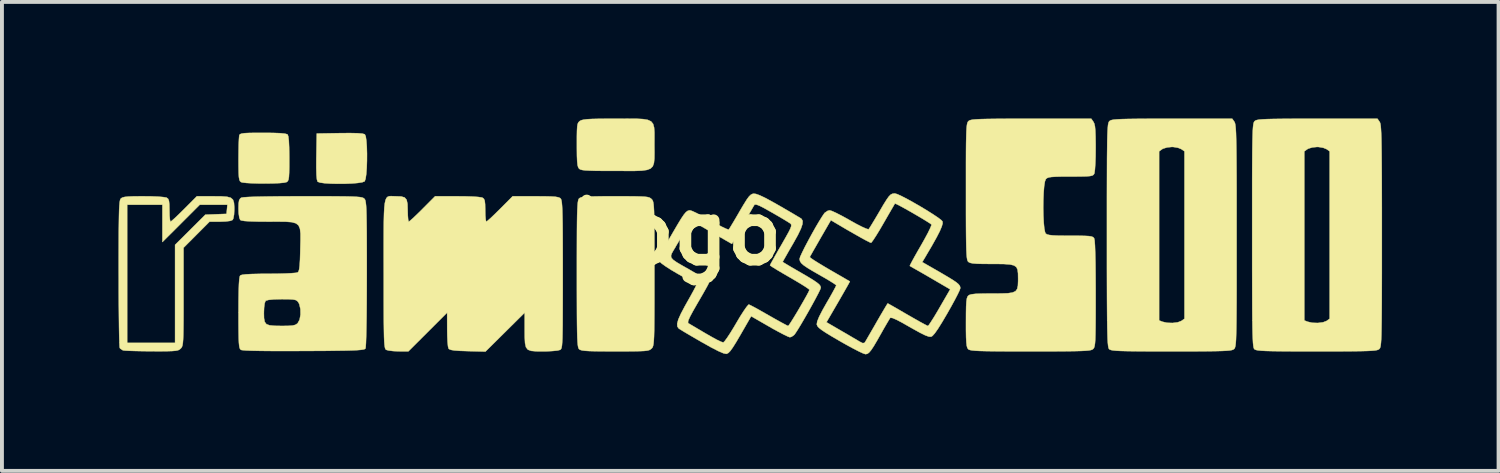
<source format=kicad_pcb>
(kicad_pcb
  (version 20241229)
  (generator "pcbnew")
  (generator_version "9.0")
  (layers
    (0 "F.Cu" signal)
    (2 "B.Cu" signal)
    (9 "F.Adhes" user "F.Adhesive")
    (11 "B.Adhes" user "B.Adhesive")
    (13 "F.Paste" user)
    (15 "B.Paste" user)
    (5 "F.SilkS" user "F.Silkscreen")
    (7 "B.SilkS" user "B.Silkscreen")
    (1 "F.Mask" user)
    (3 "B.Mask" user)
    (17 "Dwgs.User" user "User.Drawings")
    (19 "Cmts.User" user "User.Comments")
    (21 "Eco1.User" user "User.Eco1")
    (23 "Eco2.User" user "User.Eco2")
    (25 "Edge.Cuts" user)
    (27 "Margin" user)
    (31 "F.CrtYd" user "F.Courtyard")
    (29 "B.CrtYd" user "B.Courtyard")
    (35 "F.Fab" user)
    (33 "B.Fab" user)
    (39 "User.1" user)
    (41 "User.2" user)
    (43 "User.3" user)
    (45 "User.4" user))
  (footprint "Logo"
    (layer "F.Cu")
    (at 14.374 2.945)
    (property "Reference" "Logo" (at 0 0 0) (layer "F.SilkS") (effects (font (size 1.524 1.524) (thickness 0.3))))
    (attr through_hole)
    (fp_poly (pts (xy -8.225 -2.566) (xy -8.099 -2.556) (xy -8.036 -2.539) (xy -8.033 -2.536) (xy -8.01 -2.482) (xy -7.994 -2.37) (xy -7.983 -2.218) (xy -7.978 -2.041) (xy -7.979 -1.854) (xy -7.985 -1.674) (xy -7.997 -1.516) (xy -8.014 -1.397) (xy -8.037 -1.33) (xy -8.04 -1.327) (xy -8.099 -1.304) (xy -8.213 -1.286) (xy -8.368 -1.273) (xy -8.546 -1.266) (xy -8.733 -1.265) (xy -8.912 -1.269) (xy -9.068 -1.279) (xy -9.184 -1.295) (xy -9.246 -1.317) (xy -9.249 -1.32) (xy -9.267 -1.375) (xy -9.278 -1.493) (xy -9.283 -1.677) (xy -9.282 -1.929) (xy -9.281 -1.964) (xy -9.271 -2.558) (xy -8.677 -2.568) (xy -8.416 -2.57) (xy -8.225 -2.566)) (stroke (width 0.01) (type solid)) (fill yes) (layer "F.SilkS"))
    (fp_poly (pts (xy -10.399 -2.574) (xy -10.213 -2.567) (xy -10.091 -2.555) (xy -10.029 -2.538) (xy -10.022 -2.533) (xy -10.003 -2.483) (xy -9.99 -2.373) (xy -9.982 -2.2) (xy -9.979 -1.959) (xy -9.979 -1.917) (xy -9.979 -1.7) (xy -9.982 -1.545) (xy -9.988 -1.44) (xy -9.999 -1.374) (xy -10.016 -1.335) (xy -10.04 -1.313) (xy -10.049 -1.308) (xy -10.113 -1.293) (xy -10.233 -1.282) (xy -10.392 -1.275) (xy -10.572 -1.272) (xy -10.758 -1.273) (xy -10.934 -1.278) (xy -11.081 -1.286) (xy -11.184 -1.298) (xy -11.221 -1.309) (xy -11.246 -1.331) (xy -11.263 -1.37) (xy -11.275 -1.437) (xy -11.281 -1.545) (xy -11.284 -1.703) (xy -11.285 -1.904) (xy -11.283 -2.101) (xy -11.28 -2.276) (xy -11.274 -2.413) (xy -11.267 -2.499) (xy -11.263 -2.519) (xy -11.245 -2.541) (xy -11.205 -2.556) (xy -11.133 -2.567) (xy -11.017 -2.573) (xy -10.847 -2.576) (xy -10.653 -2.576) (xy -10.399 -2.574)) (stroke (width 0.01) (type solid)) (fill yes) (layer "F.SilkS"))
    (fp_poly (pts (xy -1.047 -2.939) (xy -0.874 -2.93) (xy -0.75 -2.909) (xy -0.666 -2.87) (xy -0.615 -2.807) (xy -0.589 -2.715) (xy -0.58 -2.589) (xy -0.58 -2.423) (xy -0.581 -2.268) (xy -0.579 -2.07) (xy -0.581 -1.916) (xy -0.593 -1.799) (xy -0.623 -1.714) (xy -0.68 -1.657) (xy -0.77 -1.622) (xy -0.903 -1.603) (xy -1.085 -1.596) (xy -1.326 -1.596) (xy -1.594 -1.597) (xy -1.873 -1.597) (xy -2.089 -1.599) (xy -2.25 -1.604) (xy -2.364 -1.61) (xy -2.441 -1.62) (xy -2.489 -1.634) (xy -2.518 -1.652) (xy -2.519 -1.654) (xy -2.542 -1.688) (xy -2.558 -1.747) (xy -2.568 -1.84) (xy -2.574 -1.98) (xy -2.576 -2.177) (xy -2.576 -2.268) (xy -2.576 -2.481) (xy -2.573 -2.633) (xy -2.567 -2.737) (xy -2.556 -2.803) (xy -2.538 -2.843) (xy -2.512 -2.871) (xy -2.496 -2.883) (xy -2.459 -2.901) (xy -2.402 -2.915) (xy -2.315 -2.926) (xy -2.19 -2.933) (xy -2.018 -2.937) (xy -1.789 -2.939) (xy -1.57 -2.939) (xy -1.276 -2.94) (xy -1.047 -2.939)) (stroke (width 0.01) (type solid)) (fill yes) (layer "F.SilkS"))
    (fp_poly (pts (xy -1.32 -0.943) (xy -1.109 -0.942) (xy -0.952 -0.938) (xy -0.84 -0.933) (xy -0.763 -0.924) (xy -0.713 -0.911) (xy -0.679 -0.893) (xy -0.653 -0.871) (xy -0.637 -0.853) (xy -0.623 -0.829) (xy -0.612 -0.794) (xy -0.603 -0.742) (xy -0.596 -0.666) (xy -0.59 -0.561) (xy -0.586 -0.42) (xy -0.584 -0.236) (xy -0.582 -0.005) (xy -0.581 0.28) (xy -0.581 0.625) (xy -0.581 1.037) (xy -0.581 1.052) (xy -0.581 1.466) (xy -0.581 1.814) (xy -0.582 2.101) (xy -0.584 2.334) (xy -0.586 2.518) (xy -0.59 2.661) (xy -0.596 2.768) (xy -0.603 2.844) (xy -0.612 2.897) (xy -0.623 2.933) (xy -0.636 2.957) (xy -0.653 2.975) (xy -0.653 2.975) (xy -0.68 2.998) (xy -0.714 3.016) (xy -0.766 3.029) (xy -0.843 3.038) (xy -0.957 3.043) (xy -1.115 3.046) (xy -1.328 3.048) (xy -1.594 3.048) (xy -1.873 3.047) (xy -2.089 3.045) (xy -2.25 3.041) (xy -2.364 3.034) (xy -2.441 3.024) (xy -2.489 3.01) (xy -2.518 2.993) (xy -2.519 2.991) (xy -2.532 2.972) (xy -2.543 2.938) (xy -2.552 2.883) (xy -2.559 2.802) (xy -2.565 2.689) (xy -2.569 2.538) (xy -2.572 2.342) (xy -2.574 2.097) (xy -2.575 1.796) (xy -2.576 1.434) (xy -2.576 1.052) (xy -2.576 0.63) (xy -2.575 0.274) (xy -2.574 -0.02) (xy -2.572 -0.26) (xy -2.569 -0.451) (xy -2.564 -0.598) (xy -2.558 -0.707) (xy -2.551 -0.785) (xy -2.542 -0.837) (xy -2.531 -0.87) (xy -2.519 -0.886) (xy -2.492 -0.905) (xy -2.445 -0.919) (xy -2.371 -0.929) (xy -2.26 -0.936) (xy -2.103 -0.94) (xy -1.892 -0.943) (xy -1.617 -0.943) (xy -1.594 -0.943) (xy -1.32 -0.943)) (stroke (width 0.01) (type solid)) (fill yes) (layer "F.SilkS"))
    (fp_poly (pts (xy -11.724 -0.941) (xy -11.578 -0.93) (xy -11.483 -0.904) (xy -11.428 -0.855) (xy -11.402 -0.776) (xy -11.394 -0.662) (xy -11.394 -0.603) (xy -11.4 -0.473) (xy -11.418 -0.374) (xy -11.437 -0.334) (xy -11.498 -0.31) (xy -11.616 -0.295) (xy -11.755 -0.29) (xy -12.03 -0.29) (xy -12.365 0.046) (xy -12.7 0.382) (xy -12.7 1.643) (xy -12.7 1.979) (xy -12.701 2.25) (xy -12.703 2.463) (xy -12.706 2.627) (xy -12.711 2.748) (xy -12.718 2.834) (xy -12.728 2.893) (xy -12.741 2.932) (xy -12.757 2.958) (xy -12.773 2.975) (xy -12.803 3.001) (xy -12.841 3.02) (xy -12.899 3.032) (xy -12.988 3.04) (xy -13.117 3.044) (xy -13.298 3.046) (xy -13.525 3.045) (xy -13.743 3.043) (xy -13.938 3.039) (xy -14.098 3.034) (xy -14.209 3.028) (xy -14.26 3.022) (xy -14.326 2.979) (xy -14.341 2.961) (xy -14.347 2.918) (xy -14.351 2.809) (xy -14.356 2.642) (xy -14.36 2.423) (xy -14.363 2.159) (xy -14.366 1.857) (xy -14.368 1.525) (xy -14.368 1.169) (xy -14.369 1.046) (xy -14.369 0.624) (xy -14.368 0.269) (xy -14.367 -0.024) (xy -14.364 -0.263) (xy -14.361 -0.453) (xy -14.357 -0.6) (xy -14.351 -0.709) (xy -14.349 -0.726) (xy -14.151 -0.726) (xy -14.151 2.83) (xy -12.918 2.83) (xy -12.918 0.307) (xy -12.528 -0.081) (xy -12.138 -0.469) (xy -11.593 -0.49) (xy -11.582 -0.608) (xy -11.571 -0.726) (xy -12.282 -0.726) (xy -12.763 -0.245) (xy -13.244 0.235) (xy -13.244 -0.726) (xy -14.151 -0.726) (xy -14.349 -0.726) (xy -14.344 -0.786) (xy -14.335 -0.838) (xy -14.324 -0.87) (xy -14.312 -0.886) (xy -14.276 -0.91) (xy -14.216 -0.926) (xy -14.119 -0.936) (xy -13.974 -0.942) (xy -13.771 -0.943) (xy -13.729 -0.943) (xy -13.532 -0.941) (xy -13.36 -0.934) (xy -13.226 -0.923) (xy -13.145 -0.91) (xy -13.133 -0.906) (xy -13.097 -0.877) (xy -13.076 -0.827) (xy -13.066 -0.739) (xy -13.063 -0.597) (xy -13.063 -0.579) (xy -13.06 -0.445) (xy -13.051 -0.344) (xy -13.039 -0.293) (xy -13.035 -0.29) (xy -13 -0.315) (xy -12.925 -0.381) (xy -12.821 -0.48) (xy -12.698 -0.601) (xy -12.682 -0.617) (xy -12.357 -0.943) (xy -11.932 -0.943) (xy -11.724 -0.941)) (stroke (width 0.01) (type solid)) (fill yes) (layer "F.SilkS"))
    (fp_poly (pts (xy 14.349 -2.858) (xy 14.359 -2.837) (xy 14.368 -2.803) (xy 14.376 -2.749) (xy 14.383 -2.673) (xy 14.389 -2.569) (xy 14.393 -2.432) (xy 14.397 -2.258) (xy 14.4 -2.042) (xy 14.402 -1.78) (xy 14.404 -1.465) (xy 14.405 -1.094) (xy 14.405 -0.663) (xy 14.405 -0.165) (xy 14.405 0.075) (xy 14.405 0.598) (xy 14.405 1.053) (xy 14.405 1.445) (xy 14.404 1.779) (xy 14.402 2.06) (xy 14.4 2.292) (xy 14.397 2.48) (xy 14.393 2.63) (xy 14.389 2.745) (xy 14.383 2.831) (xy 14.376 2.893) (xy 14.367 2.935) (xy 14.358 2.963) (xy 14.347 2.98) (xy 14.339 2.988) (xy 14.317 3.003) (xy 14.282 3.015) (xy 14.228 3.025) (xy 14.147 3.032) (xy 14.034 3.038) (xy 13.882 3.042) (xy 13.684 3.045) (xy 13.433 3.047) (xy 13.124 3.048) (xy 12.749 3.048) (xy 12.727 3.048) (xy 12.347 3.048) (xy 12.033 3.047) (xy 11.778 3.045) (xy 11.577 3.042) (xy 11.422 3.038) (xy 11.307 3.032) (xy 11.226 3.024) (xy 11.173 3.014) (xy 11.14 3.002) (xy 11.124 2.991) (xy 11.114 2.975) (xy 11.105 2.945) (xy 11.097 2.898) (xy 11.09 2.828) (xy 11.084 2.73) (xy 11.08 2.601) (xy 11.076 2.435) (xy 11.073 2.227) (xy 11.071 1.974) (xy 11.069 1.669) (xy 11.068 1.309) (xy 11.067 0.889) (xy 11.067 0.405) (xy 11.067 0.057) (xy 11.067 -0.468) (xy 11.067 -0.925) (xy 11.068 -1.319) (xy 11.069 -1.655) (xy 11.07 -1.938) (xy 11.072 -2.1) (xy 12.41 -2.1) (xy 12.41 2.252) (xy 12.491 2.285) (xy 12.613 2.313) (xy 12.756 2.318) (xy 12.89 2.301) (xy 12.982 2.266) (xy 13.063 2.209) (xy 13.063 -2.1) (xy 12.982 -2.157) (xy 12.896 -2.192) (xy 12.777 -2.212) (xy 12.736 -2.213) (xy 12.616 -2.201) (xy 12.514 -2.17) (xy 12.49 -2.157) (xy 12.41 -2.1) (xy 11.072 -2.1) (xy 11.073 -2.172) (xy 11.075 -2.363) (xy 11.079 -2.514) (xy 11.084 -2.631) (xy 11.09 -2.719) (xy 11.096 -2.782) (xy 11.105 -2.825) (xy 11.114 -2.853) (xy 11.125 -2.871) (xy 11.133 -2.879) (xy 11.156 -2.894) (xy 11.19 -2.906) (xy 11.245 -2.916) (xy 11.325 -2.923) (xy 11.438 -2.929) (xy 11.59 -2.933) (xy 11.788 -2.936) (xy 12.039 -2.938) (xy 12.348 -2.939) (xy 12.724 -2.939) (xy 12.746 -2.939) (xy 14.292 -2.939) (xy 14.349 -2.858)) (stroke (width 0.01) (type solid)) (fill yes) (layer "F.SilkS"))
    (fp_poly (pts (xy 18.086 -2.858) (xy 18.097 -2.837) (xy 18.106 -2.803) (xy 18.114 -2.749) (xy 18.12 -2.673) (xy 18.126 -2.569) (xy 18.131 -2.432) (xy 18.134 -2.258) (xy 18.137 -2.042) (xy 18.139 -1.78) (xy 18.141 -1.465) (xy 18.142 -1.094) (xy 18.143 -0.663) (xy 18.143 -0.165) (xy 18.143 0.075) (xy 18.143 0.598) (xy 18.143 1.053) (xy 18.142 1.445) (xy 18.141 1.779) (xy 18.139 2.06) (xy 18.137 2.292) (xy 18.134 2.48) (xy 18.131 2.63) (xy 18.126 2.745) (xy 18.12 2.831) (xy 18.113 2.893) (xy 18.105 2.935) (xy 18.095 2.963) (xy 18.084 2.98) (xy 18.076 2.988) (xy 18.054 3.003) (xy 18.02 3.015) (xy 17.965 3.025) (xy 17.885 3.032) (xy 17.772 3.038) (xy 17.62 3.042) (xy 17.421 3.045) (xy 17.171 3.047) (xy 16.861 3.048) (xy 16.486 3.048) (xy 16.464 3.048) (xy 16.084 3.048) (xy 15.77 3.047) (xy 15.515 3.045) (xy 15.314 3.042) (xy 15.159 3.038) (xy 15.045 3.032) (xy 14.964 3.024) (xy 14.91 3.014) (xy 14.877 3.002) (xy 14.862 2.991) (xy 14.851 2.975) (xy 14.842 2.945) (xy 14.834 2.898) (xy 14.827 2.828) (xy 14.822 2.73) (xy 14.817 2.601) (xy 14.813 2.435) (xy 14.81 2.227) (xy 14.808 1.974) (xy 14.807 1.669) (xy 14.806 1.309) (xy 14.805 0.889) (xy 14.805 0.405) (xy 14.805 0.057) (xy 14.805 -0.468) (xy 14.805 -0.925) (xy 14.805 -1.319) (xy 14.806 -1.655) (xy 14.808 -1.938) (xy 14.809 -2.1) (xy 16.147 -2.1) (xy 16.147 2.252) (xy 16.229 2.285) (xy 16.35 2.313) (xy 16.493 2.318) (xy 16.628 2.301) (xy 16.72 2.266) (xy 16.8 2.209) (xy 16.8 -2.1) (xy 16.72 -2.157) (xy 16.633 -2.192) (xy 16.515 -2.212) (xy 16.474 -2.213) (xy 16.353 -2.201) (xy 16.251 -2.17) (xy 16.228 -2.157) (xy 16.147 -2.1) (xy 14.809 -2.1) (xy 14.81 -2.172) (xy 14.813 -2.363) (xy 14.817 -2.514) (xy 14.821 -2.631) (xy 14.827 -2.719) (xy 14.834 -2.782) (xy 14.842 -2.825) (xy 14.852 -2.853) (xy 14.863 -2.871) (xy 14.871 -2.879) (xy 14.893 -2.894) (xy 14.928 -2.906) (xy 14.982 -2.916) (xy 15.062 -2.923) (xy 15.176 -2.929) (xy 15.328 -2.933) (xy 15.526 -2.936) (xy 15.776 -2.938) (xy 16.086 -2.939) (xy 16.461 -2.939) (xy 16.484 -2.939) (xy 18.03 -2.939) (xy 18.086 -2.858)) (stroke (width 0.01) (type solid)) (fill yes) (layer "F.SilkS"))
    (fp_poly (pts (xy -7.304 -0.945) (xy -7.239 -0.943) (xy -7.099 -0.938) (xy -7.009 -0.912) (xy -6.958 -0.852) (xy -6.936 -0.747) (xy -6.931 -0.582) (xy -6.931 -0.579) (xy -6.927 -0.445) (xy -6.919 -0.344) (xy -6.906 -0.293) (xy -6.903 -0.29) (xy -6.868 -0.315) (xy -6.793 -0.381) (xy -6.689 -0.48) (xy -6.565 -0.601) (xy -6.55 -0.617) (xy -6.225 -0.943) (xy -5.65 -0.943) (xy -5.439 -0.941) (xy -5.255 -0.935) (xy -5.113 -0.925) (xy -5.024 -0.912) (xy -5.005 -0.906) (xy -4.969 -0.877) (xy -4.948 -0.827) (xy -4.938 -0.739) (xy -4.935 -0.597) (xy -4.935 -0.579) (xy -4.932 -0.445) (xy -4.923 -0.344) (xy -4.911 -0.293) (xy -4.907 -0.29) (xy -4.872 -0.315) (xy -4.797 -0.381) (xy -4.693 -0.48) (xy -4.57 -0.601) (xy -4.554 -0.617) (xy -4.229 -0.943) (xy -3.641 -0.943) (xy -3.413 -0.942) (xy -3.248 -0.938) (xy -3.133 -0.931) (xy -3.058 -0.918) (xy -3.013 -0.9) (xy -2.996 -0.886) (xy -2.983 -0.867) (xy -2.973 -0.833) (xy -2.964 -0.779) (xy -2.957 -0.698) (xy -2.951 -0.585) (xy -2.947 -0.435) (xy -2.943 -0.24) (xy -2.941 0.004) (xy -2.94 0.303) (xy -2.939 0.664) (xy -2.939 1.072) (xy -2.939 1.492) (xy -2.94 1.845) (xy -2.941 2.138) (xy -2.942 2.375) (xy -2.945 2.564) (xy -2.948 2.71) (xy -2.954 2.818) (xy -2.96 2.895) (xy -2.969 2.947) (xy -2.979 2.979) (xy -2.992 2.998) (xy -3.007 3.009) (xy -3.009 3.01) (xy -3.075 3.027) (xy -3.193 3.039) (xy -3.344 3.047) (xy -3.442 3.048) (xy -3.624 3.047) (xy -3.752 3.036) (xy -3.837 3.005) (xy -3.886 2.942) (xy -3.91 2.838) (xy -3.918 2.682) (xy -3.919 2.494) (xy -3.919 2.053) (xy -4.929 3.054) (xy -5.387 3.042) (xy -5.588 3.035) (xy -5.728 3.025) (xy -5.817 3.01) (xy -5.865 2.99) (xy -5.879 2.975) (xy -5.893 2.919) (xy -5.904 2.807) (xy -5.911 2.655) (xy -5.914 2.486) (xy -5.915 2.051) (xy -6.414 2.55) (xy -6.913 3.048) (xy -7.167 3.047) (xy -7.304 3.041) (xy -7.418 3.027) (xy -7.484 3.009) (xy -7.498 2.997) (xy -7.51 2.975) (xy -7.519 2.937) (xy -7.527 2.877) (xy -7.534 2.79) (xy -7.539 2.669) (xy -7.542 2.509) (xy -7.545 2.304) (xy -7.546 2.047) (xy -7.547 1.734) (xy -7.547 1.359) (xy -7.547 1.052) (xy -7.548 0.619) (xy -7.548 0.254) (xy -7.547 -0.05) (xy -7.545 -0.298) (xy -7.54 -0.496) (xy -7.532 -0.65) (xy -7.519 -0.764) (xy -7.501 -0.845) (xy -7.478 -0.898) (xy -7.447 -0.929) (xy -7.408 -0.944) (xy -7.361 -0.947) (xy -7.304 -0.945)) (stroke (width 0.01) (type solid)) (fill yes) (layer "F.SilkS"))
    (fp_poly (pts (xy -9.251 -0.943) (xy -8.943 -0.943) (xy -8.695 -0.941) (xy -8.499 -0.939) (xy -8.35 -0.935) (xy -8.239 -0.929) (xy -8.16 -0.922) (xy -8.107 -0.912) (xy -8.073 -0.9) (xy -8.051 -0.885) (xy -8.043 -0.877) (xy -8.029 -0.857) (xy -8.018 -0.825) (xy -8.009 -0.774) (xy -8.001 -0.7) (xy -7.995 -0.595) (xy -7.991 -0.455) (xy -7.988 -0.273) (xy -7.985 -0.043) (xy -7.984 0.242) (xy -7.983 0.585) (xy -7.983 0.995) (xy -7.983 1.055) (xy -7.984 1.463) (xy -7.986 1.833) (xy -7.989 2.161) (xy -7.994 2.44) (xy -7.999 2.667) (xy -8.005 2.835) (xy -8.012 2.94) (xy -8.018 2.975) (xy -8.035 2.989) (xy -8.07 3) (xy -8.131 3.009) (xy -8.223 3.017) (xy -8.353 3.023) (xy -8.527 3.028) (xy -8.75 3.031) (xy -9.031 3.035) (xy -9.374 3.037) (xy -9.605 3.038) (xy -10.043 3.04) (xy -10.414 3.039) (xy -10.716 3.036) (xy -10.949 3.031) (xy -11.111 3.024) (xy -11.203 3.015) (xy -11.221 3.009) (xy -11.241 2.992) (xy -11.256 2.962) (xy -11.267 2.909) (xy -11.275 2.826) (xy -11.28 2.703) (xy -11.283 2.532) (xy -11.285 2.305) (xy -11.285 2.056) (xy -10.632 2.056) (xy -10.629 2.194) (xy -10.611 2.288) (xy -10.568 2.347) (xy -10.488 2.378) (xy -10.358 2.391) (xy -10.169 2.394) (xy -10.005 2.392) (xy -9.896 2.384) (xy -9.825 2.367) (xy -9.777 2.337) (xy -9.761 2.322) (xy -9.712 2.232) (xy -9.689 2.102) (xy -9.691 1.96) (xy -9.72 1.834) (xy -9.745 1.786) (xy -9.776 1.749) (xy -9.818 1.726) (xy -9.886 1.713) (xy -9.995 1.707) (xy -10.16 1.705) (xy -10.173 1.705) (xy -10.374 1.71) (xy -10.512 1.724) (xy -10.584 1.745) (xy -10.588 1.749) (xy -10.612 1.809) (xy -10.627 1.925) (xy -10.632 2.056) (xy -11.285 2.056) (xy -11.284 1.745) (xy -11.28 1.501) (xy -11.274 1.319) (xy -11.265 1.194) (xy -11.253 1.121) (xy -11.241 1.096) (xy -11.197 1.079) (xy -11.098 1.066) (xy -10.94 1.058) (xy -10.719 1.053) (xy -10.507 1.052) (xy -10.287 1.05) (xy -10.09 1.045) (xy -9.929 1.037) (xy -9.815 1.028) (xy -9.761 1.017) (xy -9.761 1.017) (xy -9.739 0.99) (xy -9.723 0.933) (xy -9.711 0.836) (xy -9.702 0.689) (xy -9.696 0.482) (xy -9.695 0.421) (xy -9.689 0.194) (xy -9.689 0.02) (xy -9.703 -0.106) (xy -9.74 -0.193) (xy -9.807 -0.247) (xy -9.914 -0.277) (xy -10.07 -0.289) (xy -10.281 -0.291) (xy -10.516 -0.29) (xy -10.786 -0.292) (xy -10.99 -0.298) (xy -11.131 -0.307) (xy -11.214 -0.321) (xy -11.241 -0.334) (xy -11.265 -0.394) (xy -11.281 -0.506) (xy -11.285 -0.623) (xy -11.282 -0.759) (xy -11.269 -0.841) (xy -11.241 -0.887) (xy -11.215 -0.906) (xy -11.158 -0.916) (xy -11.031 -0.925) (xy -10.837 -0.932) (xy -10.576 -0.937) (xy -10.253 -0.941) (xy -9.868 -0.943) (xy -9.624 -0.943) (xy -9.251 -0.943)) (stroke (width 0.01) (type solid)) (fill yes) (layer "F.SilkS"))
    (fp_poly (pts (xy 10.72 -2.858) (xy 10.742 -2.813) (xy 10.758 -2.744) (xy 10.768 -2.638) (xy 10.774 -2.486) (xy 10.777 -2.277) (xy 10.777 -2.185) (xy 10.775 -1.968) (xy 10.768 -1.781) (xy 10.758 -1.635) (xy 10.746 -1.543) (xy 10.739 -1.522) (xy 10.72 -1.495) (xy 10.688 -1.476) (xy 10.632 -1.464) (xy 10.54 -1.456) (xy 10.402 -1.453) (xy 10.206 -1.451) (xy 10.128 -1.451) (xy 9.909 -1.451) (xy 9.75 -1.447) (xy 9.641 -1.44) (xy 9.57 -1.429) (xy 9.525 -1.411) (xy 9.495 -1.386) (xy 9.494 -1.385) (xy 9.47 -1.322) (xy 9.451 -1.202) (xy 9.438 -1.04) (xy 9.43 -0.85) (xy 9.427 -0.649) (xy 9.431 -0.45) (xy 9.44 -0.269) (xy 9.454 -0.12) (xy 9.474 -0.019) (xy 9.491 0.016) (xy 9.525 0.038) (xy 9.583 0.053) (xy 9.674 0.064) (xy 9.812 0.07) (xy 10.005 0.072) (xy 10.125 0.073) (xy 10.343 0.073) (xy 10.499 0.076) (xy 10.605 0.082) (xy 10.672 0.093) (xy 10.711 0.109) (xy 10.733 0.133) (xy 10.739 0.143) (xy 10.75 0.2) (xy 10.759 0.327) (xy 10.766 0.52) (xy 10.772 0.777) (xy 10.775 1.095) (xy 10.777 1.47) (xy 10.777 1.57) (xy 10.777 1.921) (xy 10.776 2.207) (xy 10.774 2.434) (xy 10.771 2.61) (xy 10.767 2.742) (xy 10.76 2.837) (xy 10.751 2.902) (xy 10.74 2.945) (xy 10.725 2.972) (xy 10.71 2.988) (xy 10.688 3.003) (xy 10.654 3.015) (xy 10.599 3.025) (xy 10.519 3.032) (xy 10.406 3.038) (xy 10.254 3.042) (xy 10.055 3.045) (xy 9.805 3.047) (xy 9.495 3.048) (xy 9.12 3.048) (xy 9.098 3.048) (xy 8.718 3.048) (xy 8.404 3.047) (xy 8.149 3.045) (xy 7.948 3.042) (xy 7.793 3.038) (xy 7.679 3.032) (xy 7.598 3.024) (xy 7.544 3.014) (xy 7.511 3.002) (xy 7.496 2.991) (xy 7.474 2.959) (xy 7.459 2.904) (xy 7.449 2.817) (xy 7.442 2.686) (xy 7.439 2.502) (xy 7.439 2.304) (xy 7.44 2.068) (xy 7.443 1.895) (xy 7.45 1.773) (xy 7.461 1.692) (xy 7.478 1.642) (xy 7.496 1.617) (xy 7.53 1.595) (xy 7.589 1.579) (xy 7.683 1.568) (xy 7.823 1.563) (xy 8.021 1.56) (xy 8.107 1.56) (xy 8.343 1.559) (xy 8.517 1.553) (xy 8.637 1.535) (xy 8.714 1.5) (xy 8.757 1.442) (xy 8.776 1.357) (xy 8.781 1.238) (xy 8.781 1.173) (xy 8.779 1.042) (xy 8.767 0.946) (xy 8.735 0.879) (xy 8.673 0.836) (xy 8.572 0.812) (xy 8.422 0.801) (xy 8.213 0.798) (xy 8.101 0.798) (xy 7.881 0.797) (xy 7.723 0.793) (xy 7.615 0.784) (xy 7.546 0.77) (xy 7.505 0.749) (xy 7.496 0.741) (xy 7.482 0.721) (xy 7.471 0.686) (xy 7.462 0.631) (xy 7.455 0.547) (xy 7.449 0.431) (xy 7.445 0.275) (xy 7.442 0.074) (xy 7.44 -0.178) (xy 7.439 -0.488) (xy 7.439 -0.862) (xy 7.439 -1.067) (xy 7.439 -1.47) (xy 7.439 -1.806) (xy 7.44 -2.083) (xy 7.442 -2.305) (xy 7.446 -2.48) (xy 7.45 -2.613) (xy 7.456 -2.711) (xy 7.464 -2.78) (xy 7.474 -2.826) (xy 7.485 -2.855) (xy 7.5 -2.874) (xy 7.505 -2.879) (xy 7.527 -2.894) (xy 7.562 -2.906) (xy 7.616 -2.916) (xy 7.696 -2.923) (xy 7.81 -2.929) (xy 7.962 -2.933) (xy 8.16 -2.936) (xy 8.41 -2.938) (xy 8.72 -2.939) (xy 9.095 -2.939) (xy 9.118 -2.939) (xy 10.664 -2.939) (xy 10.72 -2.858)) (stroke (width 0.01) (type solid)) (fill yes) (layer "F.SilkS"))
    (fp_poly (pts (xy 5.672 -0.997) (xy 5.781 -0.947) (xy 5.925 -0.873) (xy 6.091 -0.781) (xy 6.266 -0.68) (xy 6.437 -0.577) (xy 6.592 -0.479) (xy 6.719 -0.394) (xy 6.804 -0.329) (xy 6.834 -0.296) (xy 6.838 -0.246) (xy 6.815 -0.164) (xy 6.764 -0.044) (xy 6.68 0.119) (xy 6.562 0.33) (xy 6.406 0.595) (xy 6.391 0.621) (xy 6.313 0.751) (xy 6.74 0.996) (xy 6.941 1.114) (xy 7.088 1.203) (xy 7.188 1.27) (xy 7.25 1.323) (xy 7.282 1.367) (xy 7.293 1.409) (xy 7.293 1.422) (xy 7.276 1.474) (xy 7.227 1.577) (xy 7.153 1.72) (xy 7.059 1.892) (xy 6.958 2.071) (xy 6.823 2.3) (xy 6.717 2.469) (xy 6.636 2.584) (xy 6.577 2.65) (xy 6.541 2.672) (xy 6.484 2.669) (xy 6.39 2.635) (xy 6.253 2.567) (xy 6.065 2.463) (xy 5.989 2.42) (xy 5.789 2.306) (xy 5.644 2.231) (xy 5.548 2.19) (xy 5.497 2.183) (xy 5.487 2.189) (xy 5.457 2.237) (xy 5.4 2.333) (xy 5.325 2.462) (xy 5.261 2.576) (xy 5.147 2.777) (xy 5.061 2.922) (xy 4.995 3.02) (xy 4.944 3.08) (xy 4.901 3.111) (xy 4.858 3.12) (xy 4.851 3.12) (xy 4.795 3.102) (xy 4.689 3.053) (xy 4.543 2.978) (xy 4.369 2.884) (xy 4.191 2.783) (xy 3.982 2.661) (xy 3.828 2.567) (xy 3.722 2.496) (xy 3.654 2.442) (xy 3.616 2.399) (xy 3.601 2.36) (xy 3.599 2.351) (xy 3.611 2.277) (xy 3.66 2.156) (xy 3.748 1.985) (xy 3.844 1.815) (xy 3.937 1.655) (xy 4.014 1.517) (xy 4.07 1.413) (xy 4.098 1.356) (xy 4.1 1.35) (xy 4.07 1.323) (xy 3.989 1.27) (xy 3.869 1.196) (xy 3.721 1.111) (xy 3.714 1.107) (xy 3.511 0.991) (xy 3.363 0.902) (xy 3.263 0.834) (xy 3.201 0.779) (xy 3.169 0.731) (xy 3.157 0.682) (xy 3.157 0.666) (xy 3.171 0.621) (xy 3.418 0.621) (xy 3.444 0.646) (xy 3.523 0.701) (xy 3.646 0.778) (xy 3.8 0.871) (xy 3.926 0.945) (xy 4.099 1.045) (xy 4.249 1.131) (xy 4.363 1.198) (xy 4.433 1.238) (xy 4.45 1.248) (xy 4.435 1.279) (xy 4.389 1.362) (xy 4.318 1.487) (xy 4.228 1.644) (xy 4.152 1.776) (xy 3.848 2.299) (xy 4.219 2.515) (xy 4.377 2.606) (xy 4.522 2.692) (xy 4.637 2.759) (xy 4.698 2.796) (xy 4.78 2.837) (xy 4.826 2.83) (xy 4.835 2.819) (xy 4.863 2.774) (xy 4.919 2.677) (xy 4.997 2.542) (xy 5.09 2.381) (xy 5.139 2.295) (xy 5.235 2.129) (xy 5.318 1.988) (xy 5.381 1.882) (xy 5.418 1.823) (xy 5.425 1.814) (xy 5.458 1.832) (xy 5.542 1.879) (xy 5.668 1.951) (xy 5.824 2.042) (xy 5.933 2.105) (xy 6.104 2.203) (xy 6.254 2.288) (xy 6.37 2.351) (xy 6.442 2.388) (xy 6.46 2.395) (xy 6.487 2.365) (xy 6.542 2.283) (xy 6.62 2.16) (xy 6.712 2.006) (xy 6.76 1.923) (xy 7.033 1.452) (xy 6.7 1.258) (xy 6.538 1.163) (xy 6.378 1.07) (xy 6.242 0.992) (xy 6.187 0.961) (xy 6.087 0.904) (xy 6.016 0.863) (xy 5.993 0.849) (xy 6.006 0.817) (xy 6.05 0.732) (xy 6.119 0.606) (xy 6.208 0.449) (xy 6.277 0.33) (xy 6.375 0.156) (xy 6.457 0.004) (xy 6.516 -0.117) (xy 6.548 -0.193) (xy 6.551 -0.215) (xy 6.515 -0.244) (xy 6.43 -0.298) (xy 6.311 -0.371) (xy 6.17 -0.454) (xy 6.022 -0.54) (xy 5.878 -0.621) (xy 5.754 -0.689) (xy 5.661 -0.737) (xy 5.614 -0.757) (xy 5.61 -0.757) (xy 5.59 -0.723) (xy 5.54 -0.636) (xy 5.466 -0.509) (xy 5.375 -0.351) (xy 5.314 -0.245) (xy 5.215 -0.075) (xy 5.126 0.07) (xy 5.055 0.179) (xy 5.008 0.243) (xy 4.994 0.254) (xy 4.951 0.236) (xy 4.857 0.188) (xy 4.722 0.114) (xy 4.558 0.021) (xy 4.374 -0.084) (xy 4.183 -0.197) (xy 4.076 -0.26) (xy 3.962 -0.328) (xy 3.695 0.134) (xy 3.601 0.299) (xy 3.519 0.441) (xy 3.458 0.549) (xy 3.423 0.611) (xy 3.418 0.621) (xy 3.171 0.621) (xy 3.174 0.61) (xy 3.222 0.505) (xy 3.292 0.363) (xy 3.379 0.199) (xy 3.474 0.024) (xy 3.57 -0.147) (xy 3.661 -0.301) (xy 3.739 -0.426) (xy 3.796 -0.509) (xy 3.803 -0.517) (xy 3.878 -0.568) (xy 3.932 -0.581) (xy 3.99 -0.563) (xy 4.096 -0.515) (xy 4.237 -0.443) (xy 4.4 -0.354) (xy 4.455 -0.322) (xy 4.622 -0.229) (xy 4.763 -0.157) (xy 4.869 -0.11) (xy 4.927 -0.093) (xy 4.934 -0.095) (xy 4.963 -0.137) (xy 5.02 -0.229) (xy 5.098 -0.358) (xy 5.189 -0.512) (xy 5.208 -0.544) (xy 5.314 -0.726) (xy 5.394 -0.854) (xy 5.453 -0.937) (xy 5.501 -0.986) (xy 5.546 -1.008) (xy 5.595 -1.015) (xy 5.61 -1.015) (xy 5.672 -0.997)) (stroke (width 0.01) (type solid)) (fill yes) (layer "F.SilkS"))
    (fp_poly (pts (xy 2.033 -1.003) (xy 2.125 -0.97) (xy 2.258 -0.908) (xy 2.437 -0.812) (xy 2.625 -0.706) (xy 2.806 -0.601) (xy 2.966 -0.508) (xy 3.093 -0.432) (xy 3.178 -0.381) (xy 3.207 -0.361) (xy 3.235 -0.309) (xy 3.23 -0.228) (xy 3.191 -0.111) (xy 3.114 0.05) (xy 2.997 0.261) (xy 2.98 0.29) (xy 2.887 0.45) (xy 2.81 0.586) (xy 2.753 0.686) (xy 2.724 0.74) (xy 2.721 0.745) (xy 2.751 0.766) (xy 2.832 0.815) (xy 2.953 0.887) (xy 3.103 0.974) (xy 3.148 1) (xy 3.35 1.117) (xy 3.496 1.206) (xy 3.596 1.273) (xy 3.658 1.323) (xy 3.69 1.365) (xy 3.701 1.403) (xy 3.701 1.413) (xy 3.684 1.461) (xy 3.636 1.559) (xy 3.565 1.694) (xy 3.478 1.854) (xy 3.382 2.026) (xy 3.284 2.197) (xy 3.191 2.356) (xy 3.11 2.489) (xy 3.048 2.584) (xy 3.02 2.622) (xy 2.952 2.672) (xy 2.906 2.685) (xy 2.856 2.667) (xy 2.755 2.619) (xy 2.618 2.547) (xy 2.455 2.458) (xy 2.379 2.414) (xy 1.91 2.144) (xy 1.634 2.623) (xy 1.522 2.814) (xy 1.437 2.949) (xy 1.373 3.038) (xy 1.323 3.089) (xy 1.28 3.111) (xy 1.268 3.113) (xy 1.195 3.097) (xy 1.065 3.041) (xy 0.878 2.945) (xy 0.639 2.811) (xy 0.635 2.809) (xy 0.454 2.704) (xy 0.293 2.61) (xy 0.163 2.533) (xy 0.076 2.479) (xy 0.045 2.459) (xy 0.01 2.409) (xy 0.006 2.335) (xy 0.035 2.228) (xy 0.1 2.082) (xy 0.203 1.887) (xy 0.258 1.789) (xy 0.349 1.628) (xy 0.424 1.491) (xy 0.477 1.389) (xy 0.502 1.335) (xy 0.503 1.328) (xy 0.468 1.308) (xy 0.382 1.258) (xy 0.256 1.186) (xy 0.101 1.097) (xy 0.029 1.057) (xy -0.149 0.952) (xy -0.295 0.858) (xy -0.399 0.783) (xy -0.45 0.733) (xy -0.454 0.726) (xy -0.46 0.692) (xy -0.456 0.651) (xy -0.436 0.594) (xy -0.436 0.592) (xy -0.154 0.592) (xy -0.142 0.643) (xy -0.094 0.695) (xy -0.004 0.758) (xy 0.134 0.839) (xy 0.325 0.947) (xy 0.392 0.986) (xy 0.586 1.1) (xy 0.719 1.186) (xy 0.795 1.248) (xy 0.82 1.288) (xy 0.819 1.294) (xy 0.794 1.343) (xy 0.74 1.442) (xy 0.663 1.578) (xy 0.569 1.74) (xy 0.522 1.821) (xy 0.412 2.013) (xy 0.338 2.151) (xy 0.296 2.243) (xy 0.283 2.299) (xy 0.294 2.325) (xy 0.295 2.326) (xy 0.344 2.355) (xy 0.442 2.413) (xy 0.574 2.491) (xy 0.728 2.582) (xy 0.744 2.591) (xy 0.899 2.68) (xy 1.033 2.753) (xy 1.135 2.801) (xy 1.19 2.82) (xy 1.193 2.82) (xy 1.227 2.787) (xy 1.29 2.702) (xy 1.373 2.576) (xy 1.469 2.419) (xy 1.526 2.322) (xy 1.625 2.155) (xy 1.715 2.014) (xy 1.788 1.909) (xy 1.837 1.851) (xy 1.851 1.843) (xy 1.896 1.864) (xy 1.992 1.914) (xy 2.126 1.988) (xy 2.286 2.079) (xy 2.365 2.124) (xy 2.532 2.219) (xy 2.676 2.299) (xy 2.786 2.358) (xy 2.85 2.391) (xy 2.862 2.395) (xy 2.887 2.365) (xy 2.94 2.286) (xy 3.012 2.17) (xy 3.096 2.032) (xy 3.183 1.883) (xy 3.266 1.739) (xy 3.337 1.613) (xy 3.388 1.517) (xy 3.41 1.466) (xy 3.41 1.463) (xy 3.38 1.436) (xy 3.298 1.38) (xy 3.173 1.302) (xy 3.016 1.209) (xy 2.903 1.143) (xy 2.732 1.044) (xy 2.585 0.957) (xy 2.474 0.889) (xy 2.408 0.845) (xy 2.395 0.834) (xy 2.412 0.797) (xy 2.46 0.71) (xy 2.532 0.581) (xy 2.622 0.422) (xy 2.688 0.309) (xy 2.796 0.119) (xy 2.872 -0.017) (xy 2.919 -0.111) (xy 2.941 -0.173) (xy 2.942 -0.211) (xy 2.927 -0.235) (xy 2.914 -0.246) (xy 2.859 -0.281) (xy 2.755 -0.345) (xy 2.616 -0.427) (xy 2.457 -0.519) (xy 2.435 -0.531) (xy 2.258 -0.631) (xy 2.134 -0.695) (xy 2.053 -0.727) (xy 2.007 -0.731) (xy 1.991 -0.72) (xy 1.963 -0.673) (xy 1.906 -0.574) (xy 1.827 -0.438) (xy 1.734 -0.276) (xy 1.687 -0.194) (xy 1.415 0.283) (xy 0.89 -0.019) (xy 0.365 -0.322) (xy 0.242 -0.116) (xy 0.162 0.02) (xy 0.065 0.186) (xy -0.029 0.346) (xy -0.036 0.36) (xy -0.096 0.459) (xy -0.137 0.533) (xy -0.154 0.592) (xy -0.436 0.592) (xy -0.398 0.511) (xy -0.336 0.394) (xy -0.246 0.234) (xy -0.123 0.022) (xy -0.1 -0.018) (xy 0.019 -0.221) (xy 0.109 -0.369) (xy 0.178 -0.471) (xy 0.231 -0.534) (xy 0.275 -0.567) (xy 0.318 -0.58) (xy 0.336 -0.581) (xy 0.392 -0.563) (xy 0.496 -0.515) (xy 0.637 -0.443) (xy 0.799 -0.354) (xy 0.857 -0.321) (xy 1.019 -0.23) (xy 1.159 -0.157) (xy 1.265 -0.107) (xy 1.324 -0.086) (xy 1.333 -0.087) (xy 1.359 -0.126) (xy 1.414 -0.216) (xy 1.491 -0.345) (xy 1.582 -0.5) (xy 1.613 -0.555) (xy 1.718 -0.733) (xy 1.796 -0.858) (xy 1.855 -0.938) (xy 1.903 -0.984) (xy 1.947 -1.005) (xy 1.972 -1.01) (xy 2.033 -1.003)) (stroke (width 0.01) (type solid)) (fill yes) (layer "F.SilkS")))
  (gr_rect
    (start -3 -3)
    (end 35.521 9.07)
    (stroke (width 0.1) (type default))
    (fill no)
    (layer "Edge.Cuts")))
</source>
